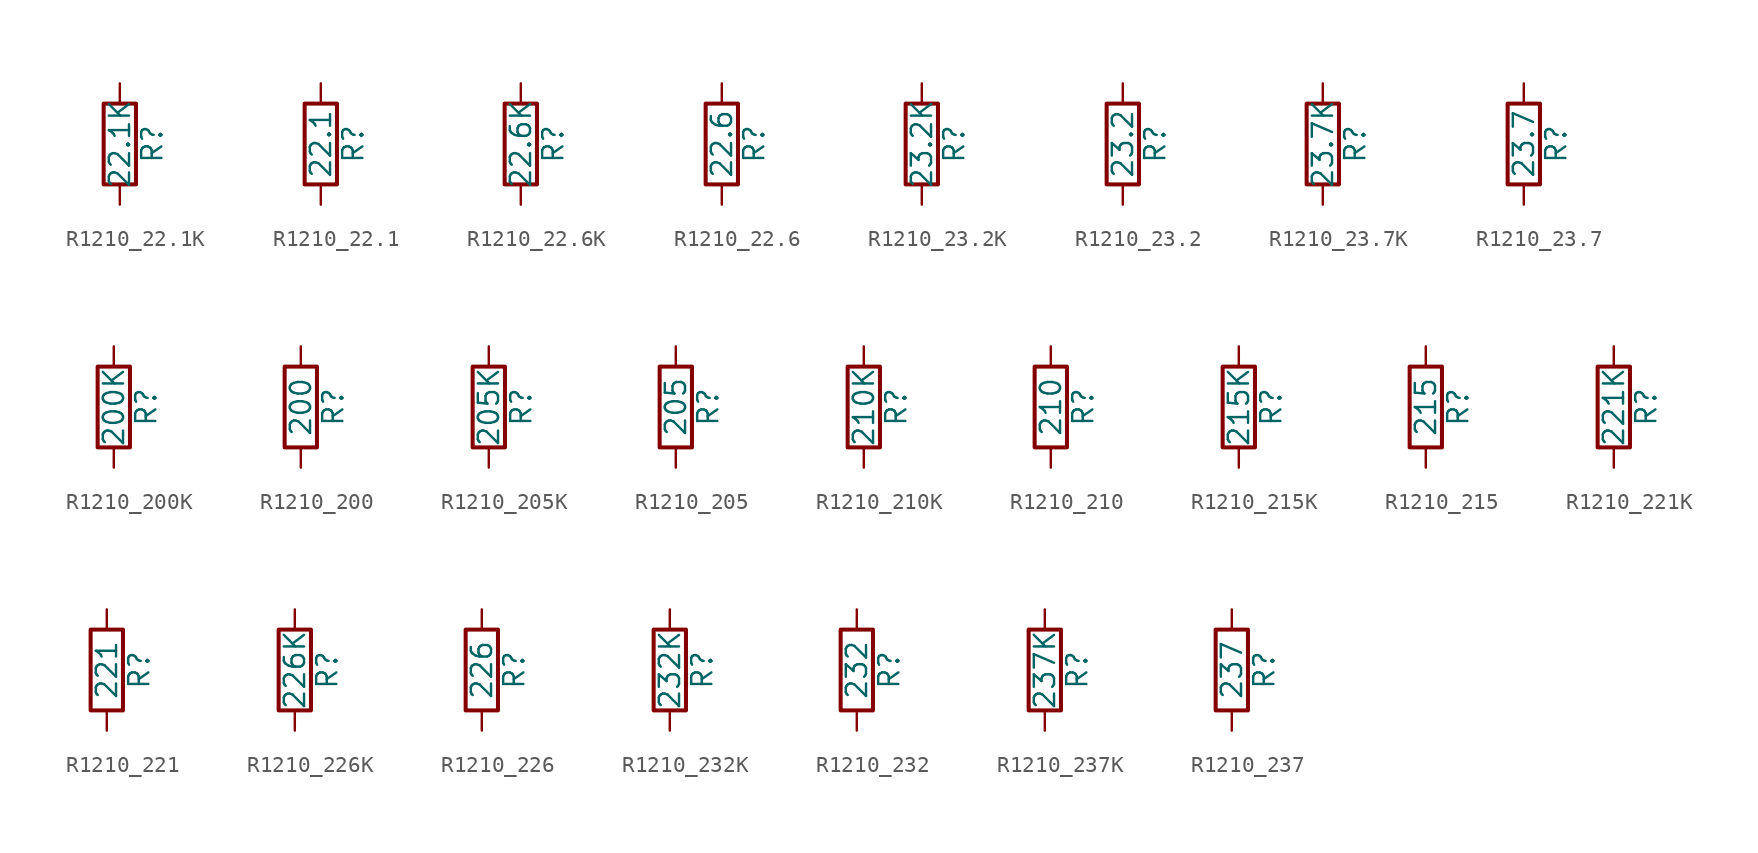
<source format=kicad_sym>
(kicad_symbol_lib
  (version 20211014)
  (generator atlantix-eda)
  (symbol "R1210_22.1K"
    (pin_numbers hide)
    (pin_names
      (offset 0))
    (property "Reference" "R"
      (at 2.032 0 90)
      (effects (font (size 1.27 1.27))))
    (property "Value" "22.1K"
      (at 0 0 90)
      (effects (font (size 1.27 1.27))))
    (symbol "R1210_22.1K_0_1"
      (rectangle (start -1.016 -2.54) (end 1.016 2.54) (stroke (width 0.254) (type default) (color 0 0 0 0)) (fill (type none))))
    (symbol "R1210_22.1K_1_1"
      (pin passive line (at 0 3.81 270) (length 1.27) (name "~" (effects (font (size 1.27 1.27)))) (number "1" (effects (font (size 1.27 1.27)))))
      (pin passive line (at 0 -3.81 90) (length 1.27) (name "~" (effects (font (size 1.27 1.27)))) (number "2" (effects (font (size 1.27 1.27)))))))
  (symbol "R1210_22.1"
    (pin_numbers hide)
    (pin_names
      (offset 0))
    (property "Reference" "R"
      (at 2.032 0 90)
      (effects (font (size 1.27 1.27))))
    (property "Value" "22.1"
      (at 0 0 90)
      (effects (font (size 1.27 1.27))))
    (symbol "R1210_22.1_0_1"
      (rectangle (start -1.016 -2.54) (end 1.016 2.54) (stroke (width 0.254) (type default) (color 0 0 0 0)) (fill (type none))))
    (symbol "R1210_22.1_1_1"
      (pin passive line (at 0 3.81 270) (length 1.27) (name "~" (effects (font (size 1.27 1.27)))) (number "1" (effects (font (size 1.27 1.27)))))
      (pin passive line (at 0 -3.81 90) (length 1.27) (name "~" (effects (font (size 1.27 1.27)))) (number "2" (effects (font (size 1.27 1.27)))))))
  (symbol "R1210_22.6K"
    (pin_numbers hide)
    (pin_names
      (offset 0))
    (property "Reference" "R"
      (at 2.032 0 90)
      (effects (font (size 1.27 1.27))))
    (property "Value" "22.6K"
      (at 0 0 90)
      (effects (font (size 1.27 1.27))))
    (symbol "R1210_22.6K_0_1"
      (rectangle (start -1.016 -2.54) (end 1.016 2.54) (stroke (width 0.254) (type default) (color 0 0 0 0)) (fill (type none))))
    (symbol "R1210_22.6K_1_1"
      (pin passive line (at 0 3.81 270) (length 1.27) (name "~" (effects (font (size 1.27 1.27)))) (number "1" (effects (font (size 1.27 1.27)))))
      (pin passive line (at 0 -3.81 90) (length 1.27) (name "~" (effects (font (size 1.27 1.27)))) (number "2" (effects (font (size 1.27 1.27)))))))
  (symbol "R1210_22.6"
    (pin_numbers hide)
    (pin_names
      (offset 0))
    (property "Reference" "R"
      (at 2.032 0 90)
      (effects (font (size 1.27 1.27))))
    (property "Value" "22.6"
      (at 0 0 90)
      (effects (font (size 1.27 1.27))))
    (symbol "R1210_22.6_0_1"
      (rectangle (start -1.016 -2.54) (end 1.016 2.54) (stroke (width 0.254) (type default) (color 0 0 0 0)) (fill (type none))))
    (symbol "R1210_22.6_1_1"
      (pin passive line (at 0 3.81 270) (length 1.27) (name "~" (effects (font (size 1.27 1.27)))) (number "1" (effects (font (size 1.27 1.27)))))
      (pin passive line (at 0 -3.81 90) (length 1.27) (name "~" (effects (font (size 1.27 1.27)))) (number "2" (effects (font (size 1.27 1.27)))))))
  (symbol "R1210_23.2K"
    (pin_numbers hide)
    (pin_names
      (offset 0))
    (property "Reference" "R"
      (at 2.032 0 90)
      (effects (font (size 1.27 1.27))))
    (property "Value" "23.2K"
      (at 0 0 90)
      (effects (font (size 1.27 1.27))))
    (symbol "R1210_23.2K_0_1"
      (rectangle (start -1.016 -2.54) (end 1.016 2.54) (stroke (width 0.254) (type default) (color 0 0 0 0)) (fill (type none))))
    (symbol "R1210_23.2K_1_1"
      (pin passive line (at 0 3.81 270) (length 1.27) (name "~" (effects (font (size 1.27 1.27)))) (number "1" (effects (font (size 1.27 1.27)))))
      (pin passive line (at 0 -3.81 90) (length 1.27) (name "~" (effects (font (size 1.27 1.27)))) (number "2" (effects (font (size 1.27 1.27)))))))
  (symbol "R1210_23.2"
    (pin_numbers hide)
    (pin_names
      (offset 0))
    (property "Reference" "R"
      (at 2.032 0 90)
      (effects (font (size 1.27 1.27))))
    (property "Value" "23.2"
      (at 0 0 90)
      (effects (font (size 1.27 1.27))))
    (symbol "R1210_23.2_0_1"
      (rectangle (start -1.016 -2.54) (end 1.016 2.54) (stroke (width 0.254) (type default) (color 0 0 0 0)) (fill (type none))))
    (symbol "R1210_23.2_1_1"
      (pin passive line (at 0 3.81 270) (length 1.27) (name "~" (effects (font (size 1.27 1.27)))) (number "1" (effects (font (size 1.27 1.27)))))
      (pin passive line (at 0 -3.81 90) (length 1.27) (name "~" (effects (font (size 1.27 1.27)))) (number "2" (effects (font (size 1.27 1.27)))))))
  (symbol "R1210_23.7K"
    (pin_numbers hide)
    (pin_names
      (offset 0))
    (property "Reference" "R"
      (at 2.032 0 90)
      (effects (font (size 1.27 1.27))))
    (property "Value" "23.7K"
      (at 0 0 90)
      (effects (font (size 1.27 1.27))))
    (symbol "R1210_23.7K_0_1"
      (rectangle (start -1.016 -2.54) (end 1.016 2.54) (stroke (width 0.254) (type default) (color 0 0 0 0)) (fill (type none))))
    (symbol "R1210_23.7K_1_1"
      (pin passive line (at 0 3.81 270) (length 1.27) (name "~" (effects (font (size 1.27 1.27)))) (number "1" (effects (font (size 1.27 1.27)))))
      (pin passive line (at 0 -3.81 90) (length 1.27) (name "~" (effects (font (size 1.27 1.27)))) (number "2" (effects (font (size 1.27 1.27)))))))
  (symbol "R1210_23.7"
    (pin_numbers hide)
    (pin_names
      (offset 0))
    (property "Reference" "R"
      (at 2.032 0 90)
      (effects (font (size 1.27 1.27))))
    (property "Value" "23.7"
      (at 0 0 90)
      (effects (font (size 1.27 1.27))))
    (symbol "R1210_23.7_0_1"
      (rectangle (start -1.016 -2.54) (end 1.016 2.54) (stroke (width 0.254) (type default) (color 0 0 0 0)) (fill (type none))))
    (symbol "R1210_23.7_1_1"
      (pin passive line (at 0 3.81 270) (length 1.27) (name "~" (effects (font (size 1.27 1.27)))) (number "1" (effects (font (size 1.27 1.27)))))
      (pin passive line (at 0 -3.81 90) (length 1.27) (name "~" (effects (font (size 1.27 1.27)))) (number "2" (effects (font (size 1.27 1.27)))))))
  (symbol "R1210_200K"
    (pin_numbers hide)
    (pin_names
      (offset 0))
    (property "Reference" "R"
      (at 2.032 0 90)
      (effects (font (size 1.27 1.27))))
    (property "Value" "200K"
      (at 0 0 90)
      (effects (font (size 1.27 1.27))))
    (symbol "R1210_200K_0_1"
      (rectangle (start -1.016 -2.54) (end 1.016 2.54) (stroke (width 0.254) (type default) (color 0 0 0 0)) (fill (type none))))
    (symbol "R1210_200K_1_1"
      (pin passive line (at 0 3.81 270) (length 1.27) (name "~" (effects (font (size 1.27 1.27)))) (number "1" (effects (font (size 1.27 1.27)))))
      (pin passive line (at 0 -3.81 90) (length 1.27) (name "~" (effects (font (size 1.27 1.27)))) (number "2" (effects (font (size 1.27 1.27)))))))
  (symbol "R1210_200"
    (pin_numbers hide)
    (pin_names
      (offset 0))
    (property "Reference" "R"
      (at 2.032 0 90)
      (effects (font (size 1.27 1.27))))
    (property "Value" "200"
      (at 0 0 90)
      (effects (font (size 1.27 1.27))))
    (symbol "R1210_200_0_1"
      (rectangle (start -1.016 -2.54) (end 1.016 2.54) (stroke (width 0.254) (type default) (color 0 0 0 0)) (fill (type none))))
    (symbol "R1210_200_1_1"
      (pin passive line (at 0 3.81 270) (length 1.27) (name "~" (effects (font (size 1.27 1.27)))) (number "1" (effects (font (size 1.27 1.27)))))
      (pin passive line (at 0 -3.81 90) (length 1.27) (name "~" (effects (font (size 1.27 1.27)))) (number "2" (effects (font (size 1.27 1.27)))))))
  (symbol "R1210_205K"
    (pin_numbers hide)
    (pin_names
      (offset 0))
    (property "Reference" "R"
      (at 2.032 0 90)
      (effects (font (size 1.27 1.27))))
    (property "Value" "205K"
      (at 0 0 90)
      (effects (font (size 1.27 1.27))))
    (symbol "R1210_205K_0_1"
      (rectangle (start -1.016 -2.54) (end 1.016 2.54) (stroke (width 0.254) (type default) (color 0 0 0 0)) (fill (type none))))
    (symbol "R1210_205K_1_1"
      (pin passive line (at 0 3.81 270) (length 1.27) (name "~" (effects (font (size 1.27 1.27)))) (number "1" (effects (font (size 1.27 1.27)))))
      (pin passive line (at 0 -3.81 90) (length 1.27) (name "~" (effects (font (size 1.27 1.27)))) (number "2" (effects (font (size 1.27 1.27)))))))
  (symbol "R1210_205"
    (pin_numbers hide)
    (pin_names
      (offset 0))
    (property "Reference" "R"
      (at 2.032 0 90)
      (effects (font (size 1.27 1.27))))
    (property "Value" "205"
      (at 0 0 90)
      (effects (font (size 1.27 1.27))))
    (symbol "R1210_205_0_1"
      (rectangle (start -1.016 -2.54) (end 1.016 2.54) (stroke (width 0.254) (type default) (color 0 0 0 0)) (fill (type none))))
    (symbol "R1210_205_1_1"
      (pin passive line (at 0 3.81 270) (length 1.27) (name "~" (effects (font (size 1.27 1.27)))) (number "1" (effects (font (size 1.27 1.27)))))
      (pin passive line (at 0 -3.81 90) (length 1.27) (name "~" (effects (font (size 1.27 1.27)))) (number "2" (effects (font (size 1.27 1.27)))))))
  (symbol "R1210_210K"
    (pin_numbers hide)
    (pin_names
      (offset 0))
    (property "Reference" "R"
      (at 2.032 0 90)
      (effects (font (size 1.27 1.27))))
    (property "Value" "210K"
      (at 0 0 90)
      (effects (font (size 1.27 1.27))))
    (symbol "R1210_210K_0_1"
      (rectangle (start -1.016 -2.54) (end 1.016 2.54) (stroke (width 0.254) (type default) (color 0 0 0 0)) (fill (type none))))
    (symbol "R1210_210K_1_1"
      (pin passive line (at 0 3.81 270) (length 1.27) (name "~" (effects (font (size 1.27 1.27)))) (number "1" (effects (font (size 1.27 1.27)))))
      (pin passive line (at 0 -3.81 90) (length 1.27) (name "~" (effects (font (size 1.27 1.27)))) (number "2" (effects (font (size 1.27 1.27)))))))
  (symbol "R1210_210"
    (pin_numbers hide)
    (pin_names
      (offset 0))
    (property "Reference" "R"
      (at 2.032 0 90)
      (effects (font (size 1.27 1.27))))
    (property "Value" "210"
      (at 0 0 90)
      (effects (font (size 1.27 1.27))))
    (symbol "R1210_210_0_1"
      (rectangle (start -1.016 -2.54) (end 1.016 2.54) (stroke (width 0.254) (type default) (color 0 0 0 0)) (fill (type none))))
    (symbol "R1210_210_1_1"
      (pin passive line (at 0 3.81 270) (length 1.27) (name "~" (effects (font (size 1.27 1.27)))) (number "1" (effects (font (size 1.27 1.27)))))
      (pin passive line (at 0 -3.81 90) (length 1.27) (name "~" (effects (font (size 1.27 1.27)))) (number "2" (effects (font (size 1.27 1.27)))))))
  (symbol "R1210_215K"
    (pin_numbers hide)
    (pin_names
      (offset 0))
    (property "Reference" "R"
      (at 2.032 0 90)
      (effects (font (size 1.27 1.27))))
    (property "Value" "215K"
      (at 0 0 90)
      (effects (font (size 1.27 1.27))))
    (symbol "R1210_215K_0_1"
      (rectangle (start -1.016 -2.54) (end 1.016 2.54) (stroke (width 0.254) (type default) (color 0 0 0 0)) (fill (type none))))
    (symbol "R1210_215K_1_1"
      (pin passive line (at 0 3.81 270) (length 1.27) (name "~" (effects (font (size 1.27 1.27)))) (number "1" (effects (font (size 1.27 1.27)))))
      (pin passive line (at 0 -3.81 90) (length 1.27) (name "~" (effects (font (size 1.27 1.27)))) (number "2" (effects (font (size 1.27 1.27)))))))
  (symbol "R1210_215"
    (pin_numbers hide)
    (pin_names
      (offset 0))
    (property "Reference" "R"
      (at 2.032 0 90)
      (effects (font (size 1.27 1.27))))
    (property "Value" "215"
      (at 0 0 90)
      (effects (font (size 1.27 1.27))))
    (symbol "R1210_215_0_1"
      (rectangle (start -1.016 -2.54) (end 1.016 2.54) (stroke (width 0.254) (type default) (color 0 0 0 0)) (fill (type none))))
    (symbol "R1210_215_1_1"
      (pin passive line (at 0 3.81 270) (length 1.27) (name "~" (effects (font (size 1.27 1.27)))) (number "1" (effects (font (size 1.27 1.27)))))
      (pin passive line (at 0 -3.81 90) (length 1.27) (name "~" (effects (font (size 1.27 1.27)))) (number "2" (effects (font (size 1.27 1.27)))))))
  (symbol "R1210_221K"
    (pin_numbers hide)
    (pin_names
      (offset 0))
    (property "Reference" "R"
      (at 2.032 0 90)
      (effects (font (size 1.27 1.27))))
    (property "Value" "221K"
      (at 0 0 90)
      (effects (font (size 1.27 1.27))))
    (symbol "R1210_221K_0_1"
      (rectangle (start -1.016 -2.54) (end 1.016 2.54) (stroke (width 0.254) (type default) (color 0 0 0 0)) (fill (type none))))
    (symbol "R1210_221K_1_1"
      (pin passive line (at 0 3.81 270) (length 1.27) (name "~" (effects (font (size 1.27 1.27)))) (number "1" (effects (font (size 1.27 1.27)))))
      (pin passive line (at 0 -3.81 90) (length 1.27) (name "~" (effects (font (size 1.27 1.27)))) (number "2" (effects (font (size 1.27 1.27)))))))
  (symbol "R1210_221"
    (pin_numbers hide)
    (pin_names
      (offset 0))
    (property "Reference" "R"
      (at 2.032 0 90)
      (effects (font (size 1.27 1.27))))
    (property "Value" "221"
      (at 0 0 90)
      (effects (font (size 1.27 1.27))))
    (symbol "R1210_221_0_1"
      (rectangle (start -1.016 -2.54) (end 1.016 2.54) (stroke (width 0.254) (type default) (color 0 0 0 0)) (fill (type none))))
    (symbol "R1210_221_1_1"
      (pin passive line (at 0 3.81 270) (length 1.27) (name "~" (effects (font (size 1.27 1.27)))) (number "1" (effects (font (size 1.27 1.27)))))
      (pin passive line (at 0 -3.81 90) (length 1.27) (name "~" (effects (font (size 1.27 1.27)))) (number "2" (effects (font (size 1.27 1.27)))))))
  (symbol "R1210_226K"
    (pin_numbers hide)
    (pin_names
      (offset 0))
    (property "Reference" "R"
      (at 2.032 0 90)
      (effects (font (size 1.27 1.27))))
    (property "Value" "226K"
      (at 0 0 90)
      (effects (font (size 1.27 1.27))))
    (symbol "R1210_226K_0_1"
      (rectangle (start -1.016 -2.54) (end 1.016 2.54) (stroke (width 0.254) (type default) (color 0 0 0 0)) (fill (type none))))
    (symbol "R1210_226K_1_1"
      (pin passive line (at 0 3.81 270) (length 1.27) (name "~" (effects (font (size 1.27 1.27)))) (number "1" (effects (font (size 1.27 1.27)))))
      (pin passive line (at 0 -3.81 90) (length 1.27) (name "~" (effects (font (size 1.27 1.27)))) (number "2" (effects (font (size 1.27 1.27)))))))
  (symbol "R1210_226"
    (pin_numbers hide)
    (pin_names
      (offset 0))
    (property "Reference" "R"
      (at 2.032 0 90)
      (effects (font (size 1.27 1.27))))
    (property "Value" "226"
      (at 0 0 90)
      (effects (font (size 1.27 1.27))))
    (symbol "R1210_226_0_1"
      (rectangle (start -1.016 -2.54) (end 1.016 2.54) (stroke (width 0.254) (type default) (color 0 0 0 0)) (fill (type none))))
    (symbol "R1210_226_1_1"
      (pin passive line (at 0 3.81 270) (length 1.27) (name "~" (effects (font (size 1.27 1.27)))) (number "1" (effects (font (size 1.27 1.27)))))
      (pin passive line (at 0 -3.81 90) (length 1.27) (name "~" (effects (font (size 1.27 1.27)))) (number "2" (effects (font (size 1.27 1.27)))))))
  (symbol "R1210_232K"
    (pin_numbers hide)
    (pin_names
      (offset 0))
    (property "Reference" "R"
      (at 2.032 0 90)
      (effects (font (size 1.27 1.27))))
    (property "Value" "232K"
      (at 0 0 90)
      (effects (font (size 1.27 1.27))))
    (symbol "R1210_232K_0_1"
      (rectangle (start -1.016 -2.54) (end 1.016 2.54) (stroke (width 0.254) (type default) (color 0 0 0 0)) (fill (type none))))
    (symbol "R1210_232K_1_1"
      (pin passive line (at 0 3.81 270) (length 1.27) (name "~" (effects (font (size 1.27 1.27)))) (number "1" (effects (font (size 1.27 1.27)))))
      (pin passive line (at 0 -3.81 90) (length 1.27) (name "~" (effects (font (size 1.27 1.27)))) (number "2" (effects (font (size 1.27 1.27)))))))
  (symbol "R1210_232"
    (pin_numbers hide)
    (pin_names
      (offset 0))
    (property "Reference" "R"
      (at 2.032 0 90)
      (effects (font (size 1.27 1.27))))
    (property "Value" "232"
      (at 0 0 90)
      (effects (font (size 1.27 1.27))))
    (symbol "R1210_232_0_1"
      (rectangle (start -1.016 -2.54) (end 1.016 2.54) (stroke (width 0.254) (type default) (color 0 0 0 0)) (fill (type none))))
    (symbol "R1210_232_1_1"
      (pin passive line (at 0 3.81 270) (length 1.27) (name "~" (effects (font (size 1.27 1.27)))) (number "1" (effects (font (size 1.27 1.27)))))
      (pin passive line (at 0 -3.81 90) (length 1.27) (name "~" (effects (font (size 1.27 1.27)))) (number "2" (effects (font (size 1.27 1.27)))))))
  (symbol "R1210_237K"
    (pin_numbers hide)
    (pin_names
      (offset 0))
    (property "Reference" "R"
      (at 2.032 0 90)
      (effects (font (size 1.27 1.27))))
    (property "Value" "237K"
      (at 0 0 90)
      (effects (font (size 1.27 1.27))))
    (symbol "R1210_237K_0_1"
      (rectangle (start -1.016 -2.54) (end 1.016 2.54) (stroke (width 0.254) (type default) (color 0 0 0 0)) (fill (type none))))
    (symbol "R1210_237K_1_1"
      (pin passive line (at 0 3.81 270) (length 1.27) (name "~" (effects (font (size 1.27 1.27)))) (number "1" (effects (font (size 1.27 1.27)))))
      (pin passive line (at 0 -3.81 90) (length 1.27) (name "~" (effects (font (size 1.27 1.27)))) (number "2" (effects (font (size 1.27 1.27)))))))
  (symbol "R1210_237"
    (pin_numbers hide)
    (pin_names
      (offset 0))
    (property "Reference" "R"
      (at 2.032 0 90)
      (effects (font (size 1.27 1.27))))
    (property "Value" "237"
      (at 0 0 90)
      (effects (font (size 1.27 1.27))))
    (symbol "R1210_237_0_1"
      (rectangle (start -1.016 -2.54) (end 1.016 2.54) (stroke (width 0.254) (type default) (color 0 0 0 0)) (fill (type none))))
    (symbol "R1210_237_1_1"
      (pin passive line (at 0 3.81 270) (length 1.27) (name "~" (effects (font (size 1.27 1.27)))) (number "1" (effects (font (size 1.27 1.27)))))
      (pin passive line (at 0 -3.81 90) (length 1.27) (name "~" (effects (font (size 1.27 1.27)))) (number "2" (effects (font (size 1.27 1.27))))))))
</source>
